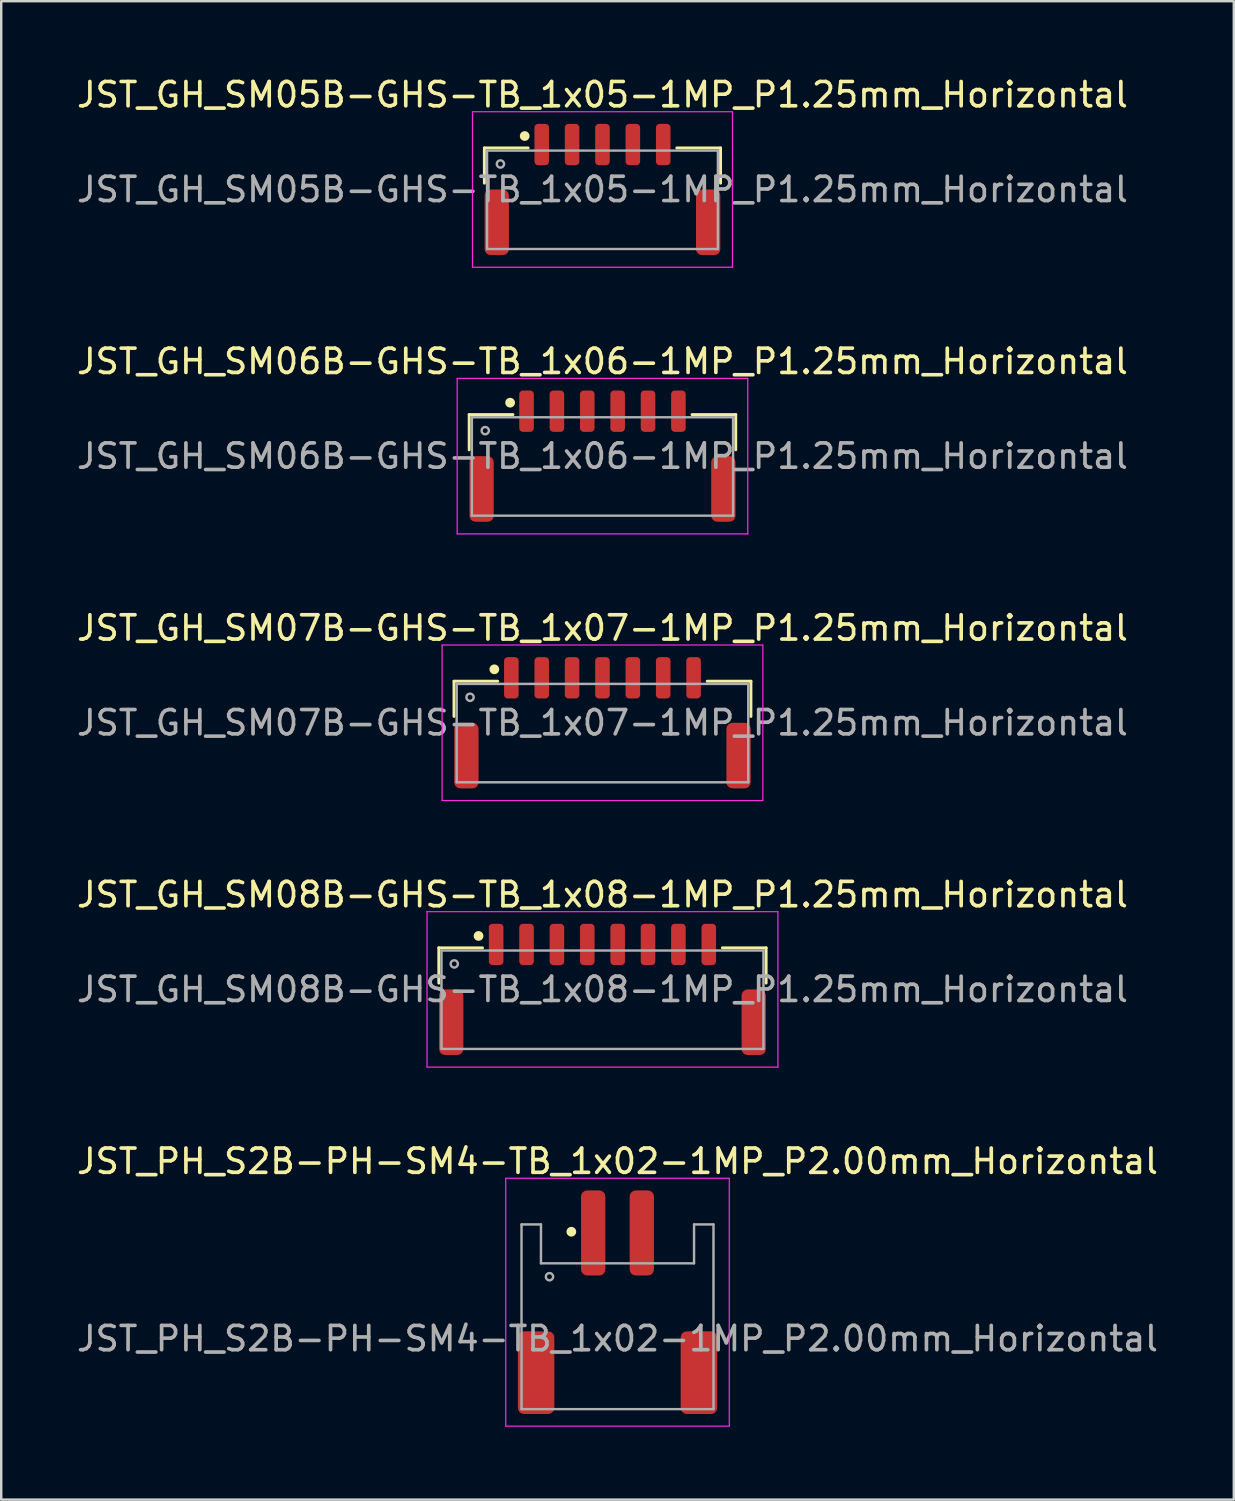
<source format=kicad_pcb>
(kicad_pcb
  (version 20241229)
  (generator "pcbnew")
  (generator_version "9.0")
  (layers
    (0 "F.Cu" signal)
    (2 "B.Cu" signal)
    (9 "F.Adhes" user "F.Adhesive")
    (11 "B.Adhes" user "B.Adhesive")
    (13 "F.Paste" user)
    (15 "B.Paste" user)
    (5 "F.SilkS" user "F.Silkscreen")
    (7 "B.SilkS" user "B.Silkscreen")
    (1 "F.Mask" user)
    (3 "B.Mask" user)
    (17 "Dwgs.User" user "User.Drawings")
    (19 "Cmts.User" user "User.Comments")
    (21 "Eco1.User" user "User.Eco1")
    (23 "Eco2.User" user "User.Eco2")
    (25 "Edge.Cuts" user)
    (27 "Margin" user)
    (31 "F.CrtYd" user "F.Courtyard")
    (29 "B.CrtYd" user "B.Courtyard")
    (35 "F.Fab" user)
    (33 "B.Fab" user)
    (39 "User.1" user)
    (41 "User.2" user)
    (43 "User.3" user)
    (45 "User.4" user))
  (footprint "JST_GH_SM06B-GHS-TB_1x06-1MP_P1.25mm_Horizontal"
    (layer "F.Cu")
    (at 21.744 15.722)
    (property "Reference" "JST_GH_SM06B-GHS-TB_1x06-1MP_P1.25mm_Horizontal" (at 0 -3.9 0) (layer "F.SilkS") (effects (font (size 1 1) (thickness 0.15))))
    (attr smd)
    (fp_line (start -5.485 -1.71) (end -3.685 -1.71) (stroke (width 0.12) (type solid)) (layer "F.SilkS"))
    (fp_line (start -5.485 -0.26) (end -5.485 -1.71) (stroke (width 0.12) (type solid)) (layer "F.SilkS"))
    (fp_line (start 5.485 -1.71) (end 3.685 -1.71) (stroke (width 0.12) (type solid)) (layer "F.SilkS"))
    (fp_line (start 5.485 -0.26) (end 5.485 -1.71) (stroke (width 0.12) (type solid)) (layer "F.SilkS"))
    (fp_circle (center -3.8 -2.2) (end -3.65 -2.2) (stroke (width 0.1) (type solid)) (fill yes) (layer "F.SilkS"))
    (fp_line (start -5.98 -3.2) (end -5.98 3.2) (stroke (width 0.05) (type solid)) (layer "F.CrtYd"))
    (fp_line (start -5.98 3.2) (end 5.98 3.2) (stroke (width 0.05) (type solid)) (layer "F.CrtYd"))
    (fp_line (start 5.98 -3.2) (end -5.98 -3.2) (stroke (width 0.05) (type solid)) (layer "F.CrtYd"))
    (fp_line (start 5.98 3.2) (end 5.98 -3.2) (stroke (width 0.05) (type solid)) (layer "F.CrtYd"))
    (fp_line (start -5.375 -1.6) (end -5.375 2.45) (stroke (width 0.1) (type solid)) (layer "F.Fab"))
    (fp_line (start -5.375 -1.6) (end 5.375 -1.6) (stroke (width 0.1) (type solid)) (layer "F.Fab"))
    (fp_line (start -5.375 2.45) (end 5.375 2.45) (stroke (width 0.1) (type solid)) (layer "F.Fab"))
    (fp_line (start 5.375 -1.6) (end 5.375 2.45) (stroke (width 0.1) (type solid)) (layer "F.Fab"))
    (fp_circle (center -4.825 -1.05) (end -4.675 -1.05) (stroke (width 0.1) (type solid)) (fill no) (layer "F.Fab"))
    (fp_text user "${REFERENCE}" (at 0 0 0) (layer "F.Fab") (effects (font (size 1 1) (thickness 0.15))))
    (pad "1" smd roundrect (at -3.125 -1.85) (size 0.6 1.7) (layers "F.Cu" "F.Mask" "F.Paste") (roundrect_rratio 0.25))
    (pad "2" smd roundrect (at -1.875 -1.85) (size 0.6 1.7) (layers "F.Cu" "F.Mask" "F.Paste") (roundrect_rratio 0.25))
    (pad "3" smd roundrect (at -0.625 -1.85) (size 0.6 1.7) (layers "F.Cu" "F.Mask" "F.Paste") (roundrect_rratio 0.25))
    (pad "4" smd roundrect (at 0.625 -1.85) (size 0.6 1.7) (layers "F.Cu" "F.Mask" "F.Paste") (roundrect_rratio 0.25))
    (pad "5" smd roundrect (at 1.875 -1.85) (size 0.6 1.7) (layers "F.Cu" "F.Mask" "F.Paste") (roundrect_rratio 0.25))
    (pad "6" smd roundrect (at 3.125 -1.85) (size 0.6 1.7) (layers "F.Cu" "F.Mask" "F.Paste") (roundrect_rratio 0.25))
    (pad "MP" smd roundrect (at -4.975 1.35) (size 1 2.7) (layers "F.Cu" "F.Mask" "F.Paste") (roundrect_rratio 0.25))
    (pad "MP" smd roundrect (at 4.975 1.35) (size 1 2.7) (layers "F.Cu" "F.Mask" "F.Paste") (roundrect_rratio 0.25)))
  (footprint "JST_GH_SM08B-GHS-TB_1x08-1MP_P1.25mm_Horizontal"
    (layer "F.Cu")
    (at 21.744 37.668)
    (property "Reference" "JST_GH_SM08B-GHS-TB_1x08-1MP_P1.25mm_Horizontal" (at 0 -3.9 0) (layer "F.SilkS") (effects (font (size 1 1) (thickness 0.15))))
    (attr smd)
    (fp_line (start -6.735 -1.71) (end -4.935 -1.71) (stroke (width 0.12) (type solid)) (layer "F.SilkS"))
    (fp_line (start -6.735 -0.26) (end -6.735 -1.71) (stroke (width 0.12) (type solid)) (layer "F.SilkS"))
    (fp_line (start 6.735 -1.71) (end 4.935 -1.71) (stroke (width 0.12) (type solid)) (layer "F.SilkS"))
    (fp_line (start 6.735 -0.26) (end 6.735 -1.71) (stroke (width 0.12) (type solid)) (layer "F.SilkS"))
    (fp_circle (center -5.1 -2.2) (end -4.95 -2.2) (stroke (width 0.1) (type solid)) (fill yes) (layer "F.SilkS"))
    (fp_line (start -7.22 -3.2) (end -7.22 3.2) (stroke (width 0.05) (type solid)) (layer "F.CrtYd"))
    (fp_line (start -7.22 3.2) (end 7.22 3.2) (stroke (width 0.05) (type solid)) (layer "F.CrtYd"))
    (fp_line (start 7.22 -3.2) (end -7.22 -3.2) (stroke (width 0.05) (type solid)) (layer "F.CrtYd"))
    (fp_line (start 7.22 3.2) (end 7.22 -3.2) (stroke (width 0.05) (type solid)) (layer "F.CrtYd"))
    (fp_line (start -6.625 -1.6) (end -6.625 2.45) (stroke (width 0.1) (type solid)) (layer "F.Fab"))
    (fp_line (start -6.625 -1.6) (end 6.625 -1.6) (stroke (width 0.1) (type solid)) (layer "F.Fab"))
    (fp_line (start -6.625 2.45) (end 6.625 2.45) (stroke (width 0.1) (type solid)) (layer "F.Fab"))
    (fp_line (start 6.625 -1.6) (end 6.625 2.45) (stroke (width 0.1) (type solid)) (layer "F.Fab"))
    (fp_circle (center -6.1 -1.05) (end -5.95 -1.05) (stroke (width 0.1) (type solid)) (fill no) (layer "F.Fab"))
    (fp_text user "${REFERENCE}" (at 0 0 0) (layer "F.Fab") (effects (font (size 1 1) (thickness 0.15))))
    (pad "1" smd roundrect (at -4.375 -1.85) (size 0.6 1.7) (layers "F.Cu" "F.Mask" "F.Paste") (roundrect_rratio 0.25))
    (pad "2" smd roundrect (at -3.125 -1.85) (size 0.6 1.7) (layers "F.Cu" "F.Mask" "F.Paste") (roundrect_rratio 0.25))
    (pad "3" smd roundrect (at -1.875 -1.85) (size 0.6 1.7) (layers "F.Cu" "F.Mask" "F.Paste") (roundrect_rratio 0.25))
    (pad "4" smd roundrect (at -0.625 -1.85) (size 0.6 1.7) (layers "F.Cu" "F.Mask" "F.Paste") (roundrect_rratio 0.25))
    (pad "5" smd roundrect (at 0.625 -1.85) (size 0.6 1.7) (layers "F.Cu" "F.Mask" "F.Paste") (roundrect_rratio 0.25))
    (pad "6" smd roundrect (at 1.875 -1.85) (size 0.6 1.7) (layers "F.Cu" "F.Mask" "F.Paste") (roundrect_rratio 0.25))
    (pad "7" smd roundrect (at 3.125 -1.85) (size 0.6 1.7) (layers "F.Cu" "F.Mask" "F.Paste") (roundrect_rratio 0.25))
    (pad "8" smd roundrect (at 4.375 -1.85) (size 0.6 1.7) (layers "F.Cu" "F.Mask" "F.Paste") (roundrect_rratio 0.25))
    (pad "MP" smd roundrect (at -6.225 1.35) (size 1 2.7) (layers "F.Cu" "F.Mask" "F.Paste") (roundrect_rratio 0.25))
    (pad "MP" smd roundrect (at 6.225 1.35) (size 1 2.7) (layers "F.Cu" "F.Mask" "F.Paste") (roundrect_rratio 0.25)))
  (footprint "JST_GH_SM07B-GHS-TB_1x07-1MP_P1.25mm_Horizontal"
    (layer "F.Cu")
    (at 21.744 26.695)
    (property "Reference" "JST_GH_SM07B-GHS-TB_1x07-1MP_P1.25mm_Horizontal" (at 0 -3.9 0) (layer "F.SilkS") (effects (font (size 1 1) (thickness 0.15))))
    (attr smd)
    (fp_line (start -6.11 -1.71) (end -4.31 -1.71) (stroke (width 0.12) (type solid)) (layer "F.SilkS"))
    (fp_line (start -6.11 -0.26) (end -6.11 -1.71) (stroke (width 0.12) (type solid)) (layer "F.SilkS"))
    (fp_line (start 6.11 -1.71) (end 4.31 -1.71) (stroke (width 0.12) (type solid)) (layer "F.SilkS"))
    (fp_line (start 6.11 -0.26) (end 6.11 -1.71) (stroke (width 0.12) (type solid)) (layer "F.SilkS"))
    (fp_circle (center -4.45 -2.2) (end -4.3 -2.2) (stroke (width 0.1) (type solid)) (fill yes) (layer "F.SilkS"))
    (fp_line (start -6.6 -3.2) (end -6.6 3.2) (stroke (width 0.05) (type solid)) (layer "F.CrtYd"))
    (fp_line (start -6.6 3.2) (end 6.6 3.2) (stroke (width 0.05) (type solid)) (layer "F.CrtYd"))
    (fp_line (start 6.6 -3.2) (end -6.6 -3.2) (stroke (width 0.05) (type solid)) (layer "F.CrtYd"))
    (fp_line (start 6.6 3.2) (end 6.6 -3.2) (stroke (width 0.05) (type solid)) (layer "F.CrtYd"))
    (fp_line (start -6 -1.6) (end -6 2.45) (stroke (width 0.1) (type solid)) (layer "F.Fab"))
    (fp_line (start -6 -1.6) (end 6 -1.6) (stroke (width 0.1) (type solid)) (layer "F.Fab"))
    (fp_line (start -6 2.45) (end 6 2.45) (stroke (width 0.1) (type solid)) (layer "F.Fab"))
    (fp_line (start 6 -1.6) (end 6 2.45) (stroke (width 0.1) (type solid)) (layer "F.Fab"))
    (fp_circle (center -5.45 -1.05) (end -5.3 -1.05) (stroke (width 0.1) (type solid)) (fill no) (layer "F.Fab"))
    (fp_text user "${REFERENCE}" (at 0 0 0) (layer "F.Fab") (effects (font (size 1 1) (thickness 0.15))))
    (pad "1" smd roundrect (at -3.75 -1.85) (size 0.6 1.7) (layers "F.Cu" "F.Mask" "F.Paste") (roundrect_rratio 0.25))
    (pad "2" smd roundrect (at -2.5 -1.85) (size 0.6 1.7) (layers "F.Cu" "F.Mask" "F.Paste") (roundrect_rratio 0.25))
    (pad "3" smd roundrect (at -1.25 -1.85) (size 0.6 1.7) (layers "F.Cu" "F.Mask" "F.Paste") (roundrect_rratio 0.25))
    (pad "4" smd roundrect (at 0 -1.85) (size 0.6 1.7) (layers "F.Cu" "F.Mask" "F.Paste") (roundrect_rratio 0.25))
    (pad "5" smd roundrect (at 1.25 -1.85) (size 0.6 1.7) (layers "F.Cu" "F.Mask" "F.Paste") (roundrect_rratio 0.25))
    (pad "6" smd roundrect (at 2.5 -1.85) (size 0.6 1.7) (layers "F.Cu" "F.Mask" "F.Paste") (roundrect_rratio 0.25))
    (pad "7" smd roundrect (at 3.75 -1.85) (size 0.6 1.7) (layers "F.Cu" "F.Mask" "F.Paste") (roundrect_rratio 0.25))
    (pad "MP" smd roundrect (at -5.6 1.35) (size 1 2.7) (layers "F.Cu" "F.Mask" "F.Paste") (roundrect_rratio 0.25))
    (pad "MP" smd roundrect (at 5.6 1.35) (size 1 2.7) (layers "F.Cu" "F.Mask" "F.Paste") (roundrect_rratio 0.25)))
  (footprint "JST_PH_S2B-PH-SM4-TB_1x02-1MP_P2.00mm_Horizontal"
    (layer "F.Cu")
    (at 22.363 50.541)
    (property "Reference" "JST_PH_S2B-PH-SM4-TB_1x02-1MP_P2.00mm_Horizontal" (at 0 -5.8 0) (layer "F.SilkS") (effects (font (size 1 1) (thickness 0.15))))
    (attr smd)
    (fp_circle (center -1.9 -2.9) (end -1.75 -2.9) (stroke (width 0.1) (type solid)) (fill yes) (layer "F.SilkS"))
    (fp_line (start -4.6 -5.1) (end -4.6 5.1) (stroke (width 0.05) (type solid)) (layer "F.CrtYd"))
    (fp_line (start -4.6 5.1) (end 4.6 5.1) (stroke (width 0.05) (type solid)) (layer "F.CrtYd"))
    (fp_line (start 4.6 -5.1) (end -4.6 -5.1) (stroke (width 0.05) (type solid)) (layer "F.CrtYd"))
    (fp_line (start 4.6 5.1) (end 4.6 -5.1) (stroke (width 0.05) (type solid)) (layer "F.CrtYd"))
    (fp_line (start -3.95 -3.2) (end -3.95 4.4) (stroke (width 0.1) (type solid)) (layer "F.Fab"))
    (fp_line (start -3.95 -3.2) (end -3.15 -3.2) (stroke (width 0.1) (type solid)) (layer "F.Fab"))
    (fp_line (start -3.95 4.4) (end 3.95 4.4) (stroke (width 0.1) (type solid)) (layer "F.Fab"))
    (fp_line (start -3.15 -3.2) (end -3.15 -1.6) (stroke (width 0.1) (type solid)) (layer "F.Fab"))
    (fp_line (start -3.15 -1.6) (end 3.15 -1.6) (stroke (width 0.1) (type solid)) (layer "F.Fab"))
    (fp_line (start 3.15 -3.2) (end 3.95 -3.2) (stroke (width 0.1) (type solid)) (layer "F.Fab"))
    (fp_line (start 3.15 -1.6) (end 3.15 -3.2) (stroke (width 0.1) (type solid)) (layer "F.Fab"))
    (fp_line (start 3.95 -3.2) (end 3.95 4.4) (stroke (width 0.1) (type solid)) (layer "F.Fab"))
    (fp_circle (center -2.8 -1.05) (end -2.65 -1.05) (stroke (width 0.1) (type solid)) (fill no) (layer "F.Fab"))
    (fp_text user "${REFERENCE}" (at 0 1.5 0) (layer "F.Fab") (effects (font (size 1 1) (thickness 0.15))))
    (pad "1" smd roundrect (at -1 -2.85) (size 1 3.5) (layers "F.Cu" "F.Mask" "F.Paste") (roundrect_rratio 0.25))
    (pad "2" smd roundrect (at 1 -2.85) (size 1 3.5) (layers "F.Cu" "F.Mask" "F.Paste") (roundrect_rratio 0.25))
    (pad "MP" smd roundrect (at -3.35 2.9) (size 1.5 3.4) (layers "F.Cu" "F.Mask" "F.Paste") (roundrect_rratio 0.167))
    (pad "MP" smd roundrect (at 3.35 2.9) (size 1.5 3.4) (layers "F.Cu" "F.Mask" "F.Paste") (roundrect_rratio 0.167)))
  (footprint "JST_GH_SM05B-GHS-TB_1x05-1MP_P1.25mm_Horizontal"
    (layer "F.Cu")
    (at 21.744 4.748)
    (property "Reference" "JST_GH_SM05B-GHS-TB_1x05-1MP_P1.25mm_Horizontal" (at 0 -3.9 0) (layer "F.SilkS") (effects (font (size 1 1) (thickness 0.15))))
    (attr smd)
    (fp_line (start -4.86 -1.71) (end -3.06 -1.71) (stroke (width 0.12) (type solid)) (layer "F.SilkS"))
    (fp_line (start -4.86 -0.26) (end -4.86 -1.71) (stroke (width 0.12) (type solid)) (layer "F.SilkS"))
    (fp_line (start 4.86 -1.71) (end 3.06 -1.71) (stroke (width 0.12) (type solid)) (layer "F.SilkS"))
    (fp_line (start 4.86 -0.26) (end 4.86 -1.71) (stroke (width 0.12) (type solid)) (layer "F.SilkS"))
    (fp_circle (center -3.2 -2.2) (end -3.05 -2.2) (stroke (width 0.1) (type solid)) (fill yes) (layer "F.SilkS"))
    (fp_line (start -5.35 -3.2) (end -5.35 3.2) (stroke (width 0.05) (type solid)) (layer "F.CrtYd"))
    (fp_line (start -5.35 3.2) (end 5.35 3.2) (stroke (width 0.05) (type solid)) (layer "F.CrtYd"))
    (fp_line (start 5.35 -3.2) (end -5.35 -3.2) (stroke (width 0.05) (type solid)) (layer "F.CrtYd"))
    (fp_line (start 5.35 3.2) (end 5.35 -3.2) (stroke (width 0.05) (type solid)) (layer "F.CrtYd"))
    (fp_line (start -4.75 -1.6) (end -4.75 2.45) (stroke (width 0.1) (type solid)) (layer "F.Fab"))
    (fp_line (start -4.75 -1.6) (end 4.75 -1.6) (stroke (width 0.1) (type solid)) (layer "F.Fab"))
    (fp_line (start -4.75 2.45) (end 4.75 2.45) (stroke (width 0.1) (type solid)) (layer "F.Fab"))
    (fp_line (start 4.75 -1.6) (end 4.75 2.45) (stroke (width 0.1) (type solid)) (layer "F.Fab"))
    (fp_circle (center -4.2 -1.05) (end -4.05 -1.05) (stroke (width 0.1) (type solid)) (fill no) (layer "F.Fab"))
    (fp_text user "${REFERENCE}" (at 0 0 0) (layer "F.Fab") (effects (font (size 1 1) (thickness 0.15))))
    (pad "1" smd roundrect (at -2.5 -1.85) (size 0.6 1.7) (layers "F.Cu" "F.Mask" "F.Paste") (roundrect_rratio 0.25))
    (pad "2" smd roundrect (at -1.25 -1.85) (size 0.6 1.7) (layers "F.Cu" "F.Mask" "F.Paste") (roundrect_rratio 0.25))
    (pad "3" smd roundrect (at 0 -1.85) (size 0.6 1.7) (layers "F.Cu" "F.Mask" "F.Paste") (roundrect_rratio 0.25))
    (pad "4" smd roundrect (at 1.25 -1.85) (size 0.6 1.7) (layers "F.Cu" "F.Mask" "F.Paste") (roundrect_rratio 0.25))
    (pad "5" smd roundrect (at 2.5 -1.85) (size 0.6 1.7) (layers "F.Cu" "F.Mask" "F.Paste") (roundrect_rratio 0.25))
    (pad "MP1" smd roundrect (at -4.35 1.35) (size 1 2.7) (layers "F.Cu" "F.Mask" "F.Paste") (roundrect_rratio 0.25))
    (pad "MP2" smd roundrect (at 4.35 1.35) (size 1 2.7) (layers "F.Cu" "F.Mask" "F.Paste") (roundrect_rratio 0.25)))
  (gr_rect
    (start -3 -3)
    (end 47.726 58.666)
    (stroke (width 0.1) (type default))
    (fill no)
    (layer "Edge.Cuts")))
</source>
